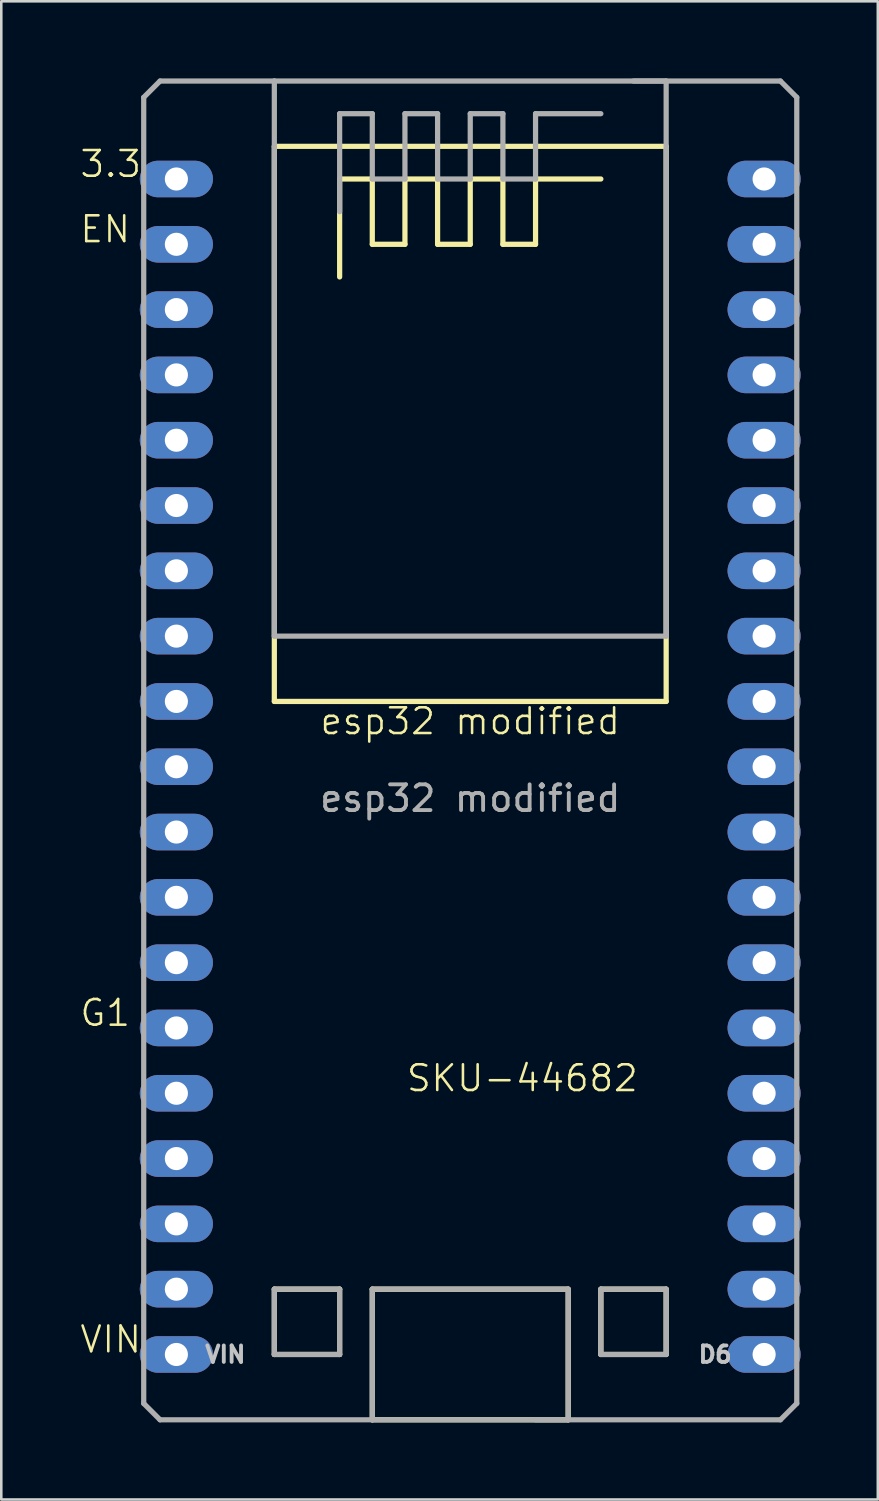
<source format=kicad_pcb>
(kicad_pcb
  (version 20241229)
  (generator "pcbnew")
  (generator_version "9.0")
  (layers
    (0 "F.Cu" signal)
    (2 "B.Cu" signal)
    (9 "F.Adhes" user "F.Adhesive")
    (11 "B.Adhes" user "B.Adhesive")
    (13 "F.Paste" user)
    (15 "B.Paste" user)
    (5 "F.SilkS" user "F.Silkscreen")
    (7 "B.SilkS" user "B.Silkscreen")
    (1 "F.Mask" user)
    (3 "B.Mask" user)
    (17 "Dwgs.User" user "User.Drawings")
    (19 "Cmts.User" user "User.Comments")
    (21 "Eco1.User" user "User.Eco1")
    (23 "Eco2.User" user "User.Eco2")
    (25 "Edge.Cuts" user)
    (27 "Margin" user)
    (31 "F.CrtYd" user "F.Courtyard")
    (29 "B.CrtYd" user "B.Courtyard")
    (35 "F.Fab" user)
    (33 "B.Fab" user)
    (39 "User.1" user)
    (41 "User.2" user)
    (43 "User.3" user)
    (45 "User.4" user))
  (footprint "esp32 modified"
    (layer "F.Cu")
    (at 15.24 25.502)
    (property "Reference" "esp32 modified" (at 0 -0.5 0) (unlocked yes) (layer "F.SilkS") (effects (font (size 1 1) (thickness 0.1))))
    (attr smd)
    (fp_line (start -7.62 -22.86) (end -7.62 -1.27) (stroke (width 0.203) (type solid)) (layer "F.SilkS"))
    (fp_line (start -7.62 -22.86) (end 7.62 -22.86) (stroke (width 0.203) (type solid)) (layer "F.SilkS"))
    (fp_line (start -7.62 -1.27) (end 7.62 -1.27) (stroke (width 0.203) (type solid)) (layer "F.SilkS"))
    (fp_line (start -7.62 21.59) (end -5.08 21.59) (stroke (width 0.203) (type solid)) (layer "F.SilkS"))
    (fp_line (start -7.62 24.13) (end -7.62 21.59) (stroke (width 0.203) (type solid)) (layer "F.SilkS"))
    (fp_line (start -5.08 -21.59) (end -3.81 -21.59) (stroke (width 0.203) (type solid)) (layer "F.SilkS"))
    (fp_line (start -5.08 -17.78) (end -5.08 -21.59) (stroke (width 0.203) (type solid)) (layer "F.SilkS"))
    (fp_line (start -5.08 21.59) (end -5.08 24.13) (stroke (width 0.203) (type solid)) (layer "F.SilkS"))
    (fp_line (start -5.08 24.13) (end -7.62 24.13) (stroke (width 0.203) (type solid)) (layer "F.SilkS"))
    (fp_line (start -3.81 -21.59) (end -3.81 -19.05) (stroke (width 0.203) (type solid)) (layer "F.SilkS"))
    (fp_line (start -3.81 -19.05) (end -2.54 -19.05) (stroke (width 0.203) (type solid)) (layer "F.SilkS"))
    (fp_line (start -3.81 21.59) (end 3.81 21.59) (stroke (width 0.203) (type solid)) (layer "F.SilkS"))
    (fp_line (start -3.81 26.67) (end -3.81 21.59) (stroke (width 0.203) (type solid)) (layer "F.SilkS"))
    (fp_line (start -3.81 26.67) (end 3.81 26.67) (stroke (width 0.203) (type solid)) (layer "F.SilkS"))
    (fp_line (start -2.54 -21.59) (end -1.27 -21.59) (stroke (width 0.203) (type solid)) (layer "F.SilkS"))
    (fp_line (start -2.54 -19.05) (end -2.54 -21.59) (stroke (width 0.203) (type solid)) (layer "F.SilkS"))
    (fp_line (start -1.27 -21.59) (end -1.27 -19.05) (stroke (width 0.203) (type solid)) (layer "F.SilkS"))
    (fp_line (start -1.27 -19.05) (end 0 -19.05) (stroke (width 0.203) (type solid)) (layer "F.SilkS"))
    (fp_line (start 0 -21.59) (end 1.27 -21.59) (stroke (width 0.203) (type solid)) (layer "F.SilkS"))
    (fp_line (start 0 -19.05) (end 0 -21.59) (stroke (width 0.203) (type solid)) (layer "F.SilkS"))
    (fp_line (start 1.27 -21.59) (end 1.27 -19.05) (stroke (width 0.203) (type solid)) (layer "F.SilkS"))
    (fp_line (start 1.27 -19.05) (end 2.54 -19.05) (stroke (width 0.203) (type solid)) (layer "F.SilkS"))
    (fp_line (start 2.54 -21.59) (end 5.08 -21.59) (stroke (width 0.203) (type solid)) (layer "F.SilkS"))
    (fp_line (start 2.54 -19.05) (end 2.54 -21.59) (stroke (width 0.203) (type solid)) (layer "F.SilkS"))
    (fp_line (start 3.81 21.59) (end 3.81 26.67) (stroke (width 0.203) (type solid)) (layer "F.SilkS"))
    (fp_line (start 5.08 21.59) (end 5.08 24.13) (stroke (width 0.203) (type solid)) (layer "F.SilkS"))
    (fp_line (start 5.08 24.13) (end 7.62 24.13) (stroke (width 0.203) (type solid)) (layer "F.SilkS"))
    (fp_line (start 7.62 -1.27) (end 7.62 -22.86) (stroke (width 0.203) (type solid)) (layer "F.SilkS"))
    (fp_line (start 7.62 21.59) (end 5.08 21.59) (stroke (width 0.203) (type solid)) (layer "F.SilkS"))
    (fp_line (start 7.62 24.13) (end 7.62 21.59) (stroke (width 0.203) (type solid)) (layer "F.SilkS"))
    (fp_line (start -12.7 -24.765) (end -12.065 -25.4) (stroke (width 0.203) (type solid)) (layer "F.Fab"))
    (fp_line (start -12.7 26.035) (end -12.7 -24.765) (stroke (width 0.203) (type solid)) (layer "F.Fab"))
    (fp_line (start -12.7 26.035) (end -12.065 26.67) (stroke (width 0.203) (type solid)) (layer "F.Fab"))
    (fp_line (start -12.065 -25.4) (end -7.62 -25.4) (stroke (width 0.203) (type solid)) (layer "F.Fab"))
    (fp_line (start -12.065 26.67) (end -3.81 26.67) (stroke (width 0.203) (type solid)) (layer "F.Fab"))
    (fp_line (start -7.62 -25.4) (end -7.62 -3.81) (stroke (width 0.203) (type solid)) (layer "F.Fab"))
    (fp_line (start -7.62 -25.4) (end 7.62 -25.4) (stroke (width 0.203) (type solid)) (layer "F.Fab"))
    (fp_line (start -7.62 -3.81) (end 7.62 -3.81) (stroke (width 0.203) (type solid)) (layer "F.Fab"))
    (fp_line (start -7.62 21.59) (end -5.08 21.59) (stroke (width 0.203) (type solid)) (layer "F.Fab"))
    (fp_line (start -7.62 24.13) (end -7.62 21.59) (stroke (width 0.203) (type solid)) (layer "F.Fab"))
    (fp_line (start -5.08 -24.13) (end -3.81 -24.13) (stroke (width 0.203) (type solid)) (layer "F.Fab"))
    (fp_line (start -5.08 -20.32) (end -5.08 -24.13) (stroke (width 0.203) (type solid)) (layer "F.Fab"))
    (fp_line (start -5.08 21.59) (end -5.08 24.13) (stroke (width 0.203) (type solid)) (layer "F.Fab"))
    (fp_line (start -5.08 24.13) (end -7.62 24.13) (stroke (width 0.203) (type solid)) (layer "F.Fab"))
    (fp_line (start -3.81 -24.13) (end -3.81 -21.59) (stroke (width 0.203) (type solid)) (layer "F.Fab"))
    (fp_line (start -3.81 -21.59) (end -2.54 -21.59) (stroke (width 0.203) (type solid)) (layer "F.Fab"))
    (fp_line (start -3.81 21.59) (end 3.81 21.59) (stroke (width 0.203) (type solid)) (layer "F.Fab"))
    (fp_line (start -3.81 26.67) (end -3.81 21.59) (stroke (width 0.203) (type solid)) (layer "F.Fab"))
    (fp_line (start -3.81 26.67) (end 3.81 26.67) (stroke (width 0.203) (type solid)) (layer "F.Fab"))
    (fp_line (start -2.54 -24.13) (end -1.27 -24.13) (stroke (width 0.203) (type solid)) (layer "F.Fab"))
    (fp_line (start -2.54 -21.59) (end -2.54 -24.13) (stroke (width 0.203) (type solid)) (layer "F.Fab"))
    (fp_line (start -1.27 -24.13) (end -1.27 -21.59) (stroke (width 0.203) (type solid)) (layer "F.Fab"))
    (fp_line (start -1.27 -21.59) (end 0 -21.59) (stroke (width 0.203) (type solid)) (layer "F.Fab"))
    (fp_line (start 0 -24.13) (end 1.27 -24.13) (stroke (width 0.203) (type solid)) (layer "F.Fab"))
    (fp_line (start 0 -21.59) (end 0 -24.13) (stroke (width 0.203) (type solid)) (layer "F.Fab"))
    (fp_line (start 1.27 -24.13) (end 1.27 -21.59) (stroke (width 0.203) (type solid)) (layer "F.Fab"))
    (fp_line (start 1.27 -21.59) (end 2.54 -21.59) (stroke (width 0.203) (type solid)) (layer "F.Fab"))
    (fp_line (start 2.54 -24.13) (end 5.08 -24.13) (stroke (width 0.203) (type solid)) (layer "F.Fab"))
    (fp_line (start 2.54 -21.59) (end 2.54 -24.13) (stroke (width 0.203) (type solid)) (layer "F.Fab"))
    (fp_line (start 2.54 26.67) (end 12.065 26.67) (stroke (width 0.203) (type solid)) (layer "F.Fab"))
    (fp_line (start 3.81 21.59) (end 3.81 26.67) (stroke (width 0.203) (type solid)) (layer "F.Fab"))
    (fp_line (start 5.08 21.59) (end 5.08 24.13) (stroke (width 0.203) (type solid)) (layer "F.Fab"))
    (fp_line (start 5.08 24.13) (end 7.62 24.13) (stroke (width 0.203) (type solid)) (layer "F.Fab"))
    (fp_line (start 6.35 -25.4) (end 12.065 -25.4) (stroke (width 0.203) (type solid)) (layer "F.Fab"))
    (fp_line (start 7.62 -3.81) (end 7.62 -25.4) (stroke (width 0.203) (type solid)) (layer "F.Fab"))
    (fp_line (start 7.62 21.59) (end 5.08 21.59) (stroke (width 0.203) (type solid)) (layer "F.Fab"))
    (fp_line (start 7.62 24.13) (end 7.62 21.59) (stroke (width 0.203) (type solid)) (layer "F.Fab"))
    (fp_line (start 12.065 -25.4) (end 12.7 -24.765) (stroke (width 0.203) (type solid)) (layer "F.Fab"))
    (fp_line (start 12.7 -24.765) (end 12.7 26.035) (stroke (width 0.203) (type solid)) (layer "F.Fab"))
    (fp_line (start 12.7 26.035) (end 12.065 26.67) (stroke (width 0.203) (type solid)) (layer "F.Fab"))
    (fp_text user "3.3" (at -15.24 -21.59 0) (unlocked yes) (layer "F.SilkS") (effects (font (size 1 1) (thickness 0.1)) (justify left bottom)))
    (fp_text user "G1" (at -15.24 11.43 0) (unlocked yes) (layer "F.SilkS") (effects (font (size 1 1) (thickness 0.1)) (justify left bottom)))
    (fp_text user "VIN" (at -15.24 24.13 0) (unlocked yes) (layer "F.SilkS") (effects (font (size 1 1) (thickness 0.1)) (justify left bottom)))
    (fp_text user "SKU-44682" (at -2.54 13.97 0) (unlocked yes) (layer "F.SilkS") (effects (font (size 1 1) (thickness 0.1)) (justify left bottom)))
    (fp_text user "EN" (at -15.24 -19.05 0) (unlocked yes) (layer "F.SilkS") (effects (font (size 1 1) (thickness 0.1)) (justify left bottom)))
    (fp_text user "VIN" (at -9.525 24.13 180) (layer "Dwgs.User") (effects (font (size 0.64 0.64) (thickness 0.15))))
    (fp_text user "D6" (at 9.525 24.13 180) (layer "Dwgs.User") (effects (font (size 0.64 0.64) (thickness 0.15))))
    (fp_text user "${REFERENCE}" (at 0 2.5 0) (unlocked yes) (layer "F.Fab") (effects (font (size 1 1) (thickness 0.15))))
    (pad "3V3" thru_hole oval (at -11.43 -21.59) (size 2.845 1.422) (drill 0.9) (layers "*.Cu" "*.Mask"))
    (pad "EN" thru_hole oval (at -11.43 -19.05) (size 2.845 1.422) (drill 0.9) (layers "*.Cu" "*.Mask"))
    (pad "GND@1" thru_hole oval (at -11.43 11.43) (size 2.845 1.422) (drill 0.9) (layers "*.Cu" "*.Mask"))
    (pad "GND@2" thru_hole oval (at 11.43 -21.59) (size 2.845 1.422) (drill 0.9) (layers "*.Cu" "*.Mask"))
    (pad "GND@3" thru_hole oval (at 11.43 -6.35) (size 2.845 1.422) (drill 0.9) (layers "*.Cu" "*.Mask"))
    (pad "GPIO0" thru_hole oval (at 11.43 11.43) (size 2.845 1.422) (drill 0.9) (layers "*.Cu" "*.Mask"))
    (pad "GPIO2" thru_hole oval (at 11.43 13.97) (size 2.845 1.422) (drill 0.9) (layers "*.Cu" "*.Mask"))
    (pad "GPIO4" thru_hole oval (at 11.43 8.89) (size 2.845 1.422) (drill 0.9) (layers "*.Cu" "*.Mask"))
    (pad "GPIO5" thru_hole oval (at 11.43 1.27) (size 2.845 1.422) (drill 0.9) (layers "*.Cu" "*.Mask"))
    (pad "GPIO6" thru_hole oval (at 11.43 24.13) (size 2.845 1.422) (drill 0.9) (layers "*.Cu" "*.Mask"))
    (pad "GPIO7" thru_hole oval (at 11.43 21.59) (size 2.845 1.422) (drill 0.9) (layers "*.Cu" "*.Mask"))
    (pad "GPIO8" thru_hole oval (at 11.43 19.05) (size 2.845 1.422) (drill 0.9) (layers "*.Cu" "*.Mask"))
    (pad "GPIO9" thru_hole oval (at -11.43 16.51) (size 2.845 1.422) (drill 0.9) (layers "*.Cu" "*.Mask"))
    (pad "GPIO10" thru_hole oval (at -11.43 19.05) (size 2.845 1.422) (drill 0.9) (layers "*.Cu" "*.Mask"))
    (pad "GPIO11" thru_hole oval (at -11.43 21.59) (size 2.845 1.422) (drill 0.9) (layers "*.Cu" "*.Mask"))
    (pad "GPIO12" thru_hole oval (at -11.43 8.89) (size 2.845 1.422) (drill 0.9) (layers "*.Cu" "*.Mask"))
    (pad "GPIO13" thru_hole oval (at -11.43 13.97) (size 2.845 1.422) (drill 0.9) (layers "*.Cu" "*.Mask"))
    (pad "GPIO14" thru_hole oval (at -11.43 6.35) (size 2.845 1.422) (drill 0.9) (layers "*.Cu" "*.Mask"))
    (pad "GPIO15" thru_hole oval (at 11.43 16.51) (size 2.845 1.422) (drill 0.9) (layers "*.Cu" "*.Mask"))
    (pad "GPIO16" thru_hole oval (at 11.43 6.35) (size 2.845 1.422) (drill 0.9) (layers "*.Cu" "*.Mask"))
    (pad "GPIO17" thru_hole oval (at 11.43 3.81) (size 2.845 1.422) (drill 0.9) (layers "*.Cu" "*.Mask"))
    (pad "GPIO18" thru_hole oval (at 11.43 -1.27) (size 2.845 1.422) (drill 0.9) (layers "*.Cu" "*.Mask"))
    (pad "GPIO19" thru_hole oval (at 11.43 -3.81) (size 2.845 1.422) (drill 0.9) (layers "*.Cu" "*.Mask"))
    (pad "GPIO21" thru_hole oval (at 11.43 -8.89) (size 2.845 1.422) (drill 0.9) (layers "*.Cu" "*.Mask"))
    (pad "GPIO22" thru_hole oval (at 11.43 -16.51) (size 2.845 1.422) (drill 0.9) (layers "*.Cu" "*.Mask"))
    (pad "GPIO23" thru_hole oval (at 11.43 -19.05) (size 2.845 1.422) (drill 0.9) (layers "*.Cu" "*.Mask"))
    (pad "GPIO25" thru_hole oval (at -11.43 -1.27) (size 2.845 1.422) (drill 0.9) (layers "*.Cu" "*.Mask"))
    (pad "GPIO26" thru_hole oval (at -11.43 1.27) (size 2.845 1.422) (drill 0.9) (layers "*.Cu" "*.Mask"))
    (pad "GPIO27" thru_hole oval (at -11.43 3.81) (size 2.845 1.422) (drill 0.9) (layers "*.Cu" "*.Mask"))
    (pad "GPIO32" thru_hole oval (at -11.43 -6.35) (size 2.845 1.422) (drill 0.9) (layers "*.Cu" "*.Mask"))
    (pad "GPIO33" thru_hole oval (at -11.43 -3.81) (size 2.845 1.422) (drill 0.9) (layers "*.Cu" "*.Mask"))
    (pad "GPIO34" thru_hole oval (at -11.43 -11.43) (size 2.845 1.422) (drill 0.9) (layers "*.Cu" "*.Mask"))
    (pad "GPIO35" thru_hole oval (at -11.43 -8.89) (size 2.845 1.422) (drill 0.9) (layers "*.Cu" "*.Mask"))
    (pad "GPIO36" thru_hole oval (at -11.43 -16.51) (size 2.845 1.422) (drill 0.9) (layers "*.Cu" "*.Mask"))
    (pad "GPIO39" thru_hole oval (at -11.43 -13.97) (size 2.845 1.422) (drill 0.9) (layers "*.Cu" "*.Mask"))
    (pad "RX0" thru_hole oval (at 11.43 -11.43) (size 2.845 1.422) (drill 0.9) (layers "*.Cu" "*.Mask"))
    (pad "TX0" thru_hole oval (at 11.43 -13.97) (size 2.845 1.422) (drill 0.9) (layers "*.Cu" "*.Mask"))
    (pad "VIN" thru_hole oval (at -11.43 24.13) (size 2.845 1.422) (drill 0.9) (layers "*.Cu" "*.Mask")))
  (gr_rect
    (start -3 -3)
    (end 31.092 55.273)
    (stroke (width 0.1) (type default))
    (fill no)
    (layer "Edge.Cuts")))
</source>
